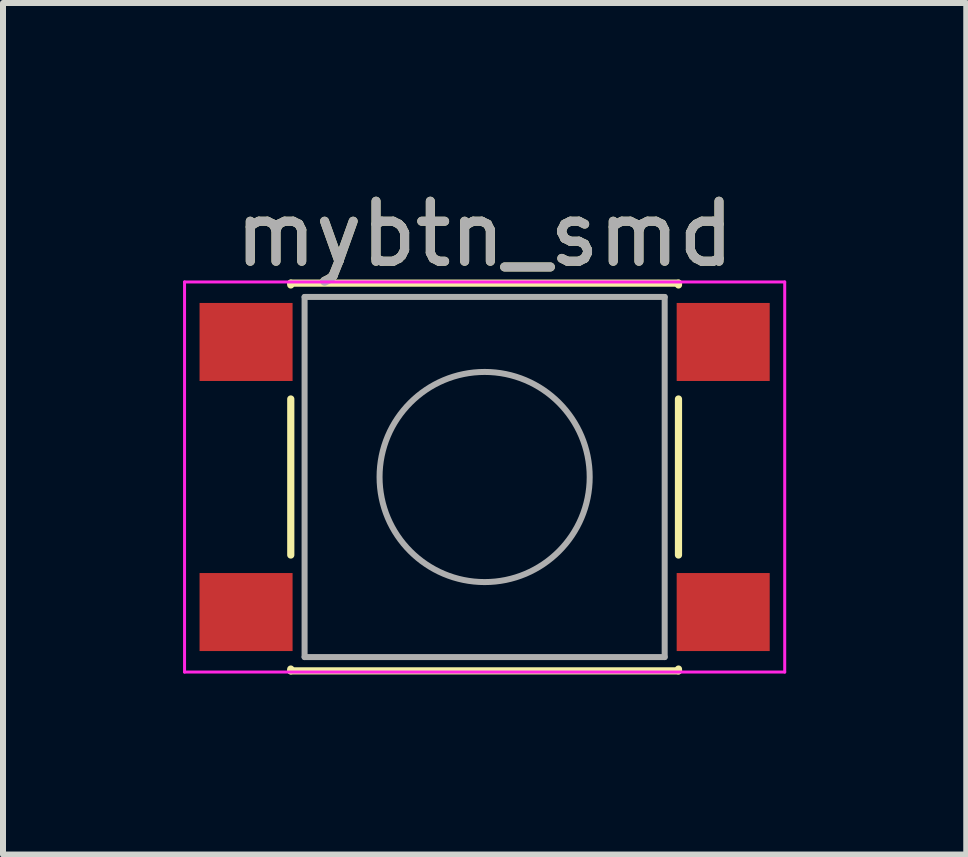
<source format=kicad_pcb>
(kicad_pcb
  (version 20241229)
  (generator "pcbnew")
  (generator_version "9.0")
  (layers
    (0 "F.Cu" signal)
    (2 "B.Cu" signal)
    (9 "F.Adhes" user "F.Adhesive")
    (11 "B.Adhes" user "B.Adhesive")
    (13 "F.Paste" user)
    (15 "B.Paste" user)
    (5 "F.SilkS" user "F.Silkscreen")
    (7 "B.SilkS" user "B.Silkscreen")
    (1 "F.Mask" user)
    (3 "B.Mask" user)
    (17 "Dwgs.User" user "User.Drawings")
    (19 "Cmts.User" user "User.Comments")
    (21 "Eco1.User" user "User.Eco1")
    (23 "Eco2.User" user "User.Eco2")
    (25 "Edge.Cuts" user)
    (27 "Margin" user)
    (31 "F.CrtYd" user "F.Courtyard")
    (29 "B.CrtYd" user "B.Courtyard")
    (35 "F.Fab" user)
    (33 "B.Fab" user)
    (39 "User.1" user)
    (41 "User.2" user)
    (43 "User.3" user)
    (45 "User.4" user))
  (footprint "mybtn_smd"
    (layer "F.Cu")
    (at 5.025 4.898)
    (property "Reference" "mybtn_smd" (at 0 -4.05 0) (layer "F.SilkS") (effects (font (size 1 1) (thickness 0.15))))
    (attr smd)
    (fp_line (start -3.23 -3.23) (end 3.23 -3.23) (stroke (width 0.12) (type solid)) (layer "F.SilkS"))
    (fp_line (start -3.23 -3.2) (end -3.23 -3.23) (stroke (width 0.12) (type solid)) (layer "F.SilkS"))
    (fp_line (start -3.23 -1.3) (end -3.23 1.3) (stroke (width 0.12) (type solid)) (layer "F.SilkS"))
    (fp_line (start -3.23 3.23) (end -3.23 3.2) (stroke (width 0.12) (type solid)) (layer "F.SilkS"))
    (fp_line (start -3.23 3.23) (end 3.23 3.23) (stroke (width 0.12) (type solid)) (layer "F.SilkS"))
    (fp_line (start 3.23 -3.23) (end 3.23 -3.2) (stroke (width 0.12) (type solid)) (layer "F.SilkS"))
    (fp_line (start 3.23 -1.3) (end 3.23 1.3) (stroke (width 0.12) (type solid)) (layer "F.SilkS"))
    (fp_line (start 3.23 3.23) (end 3.23 3.2) (stroke (width 0.12) (type solid)) (layer "F.SilkS"))
    (fp_line (start -5 -3.25) (end -5 3.25) (stroke (width 0.05) (type solid)) (layer "F.CrtYd"))
    (fp_line (start -5 -3.25) (end 5 -3.25) (stroke (width 0.05) (type solid)) (layer "F.CrtYd"))
    (fp_line (start -5 3.25) (end 5 3.25) (stroke (width 0.05) (type solid)) (layer "F.CrtYd"))
    (fp_line (start 5 3.25) (end 5 -3.25) (stroke (width 0.05) (type solid)) (layer "F.CrtYd"))
    (fp_line (start -3 -3) (end -3 3) (stroke (width 0.1) (type solid)) (layer "F.Fab"))
    (fp_line (start -3 3) (end 3 3) (stroke (width 0.1) (type solid)) (layer "F.Fab"))
    (fp_line (start 3 -3) (end -3 -3) (stroke (width 0.1) (type solid)) (layer "F.Fab"))
    (fp_line (start 3 3) (end 3 -3) (stroke (width 0.1) (type solid)) (layer "F.Fab"))
    (fp_circle (center 0 0) (end 1.75 -0.05) (stroke (width 0.1) (type solid)) (fill no) (layer "F.Fab"))
    (fp_text user "${REFERENCE}" (at 0 -4.05 0) (layer "F.Fab") (effects (font (size 1 1) (thickness 0.15))))
    (pad "1" smd rect (at -3.975 -2.25) (size 1.55 1.3) (layers "F.Cu" "F.Mask" "F.Paste"))
    (pad "1" smd rect (at 3.975 -2.25) (size 1.55 1.3) (layers "F.Cu" "F.Mask" "F.Paste"))
    (pad "2" smd rect (at -3.975 2.25) (size 1.55 1.3) (layers "F.Cu" "F.Mask" "F.Paste"))
    (pad "2" smd rect (at 3.975 2.25) (size 1.55 1.3) (layers "F.Cu" "F.Mask" "F.Paste")))
  (gr_rect
    (start -3 -3)
    (end 13.05 11.188)
    (stroke (width 0.1) (type default))
    (fill no)
    (layer "Edge.Cuts")))
</source>
